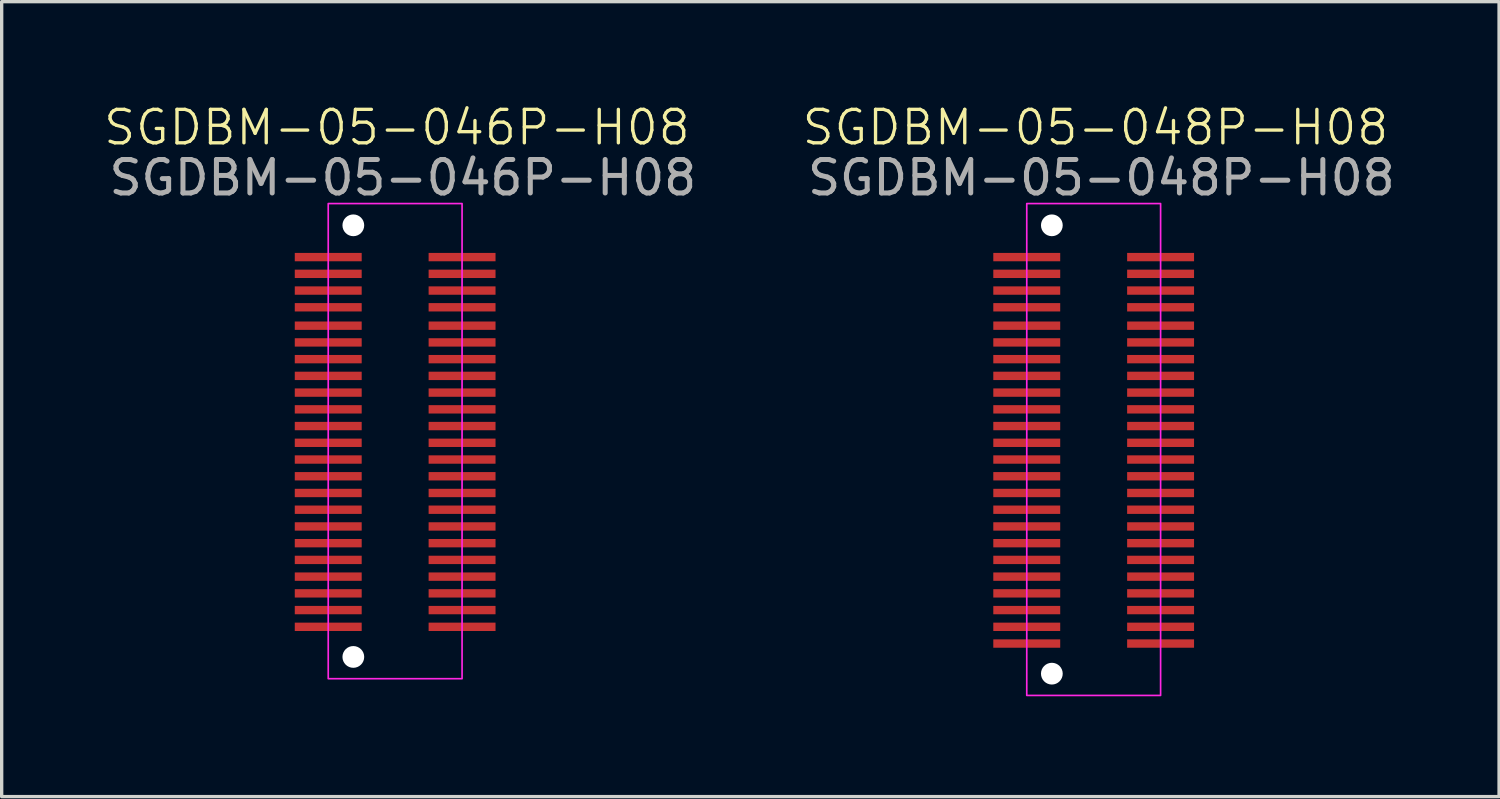
<source format=kicad_pcb>
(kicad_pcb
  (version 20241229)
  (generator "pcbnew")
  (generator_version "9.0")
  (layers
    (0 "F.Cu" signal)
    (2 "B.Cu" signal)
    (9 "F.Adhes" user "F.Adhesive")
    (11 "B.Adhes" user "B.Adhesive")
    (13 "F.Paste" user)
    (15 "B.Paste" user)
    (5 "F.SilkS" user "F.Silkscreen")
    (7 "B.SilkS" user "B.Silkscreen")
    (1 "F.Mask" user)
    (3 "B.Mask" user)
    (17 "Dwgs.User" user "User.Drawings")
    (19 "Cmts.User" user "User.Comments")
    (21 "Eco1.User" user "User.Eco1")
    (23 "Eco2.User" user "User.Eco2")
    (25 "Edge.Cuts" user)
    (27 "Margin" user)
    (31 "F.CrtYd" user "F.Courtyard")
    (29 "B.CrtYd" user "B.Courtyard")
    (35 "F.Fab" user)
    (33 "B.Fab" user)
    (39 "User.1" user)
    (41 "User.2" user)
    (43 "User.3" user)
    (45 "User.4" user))
  (footprint "SGDBM-05-046P-H08"
    (layer "F.Cu")
    (at 6.76 4.634)
    (property "Reference" "SGDBM-05-046P-H08" (at 2.052 -3.873 0) (unlocked yes) (layer "F.SilkS") (effects (font (size 1 1) (thickness 0.1))))
    (attr smd)
    (fp_rect (start 0 -1.6) (end 4 12.6) (stroke (width 0.05) (type default)) (fill no) (layer "F.CrtYd"))
    (fp_text user "${REFERENCE}" (at 2.23 -2.372 0) (unlocked yes) (layer "F.Fab") (effects (font (size 1 1) (thickness 0.15))))
    (pad "" np_thru_hole circle (at 0.75 -0.95) (size 0.65 0.65) (drill 0.65) (layers "*.Cu" "*.Mask"))
    (pad "" np_thru_hole circle (at 0.75 11.95) (size 0.65 0.65) (drill 0.65) (layers "*.Cu" "*.Mask"))
    (pad "1" smd rect (at 0 0 90) (size 0.25 2) (layers "F.Cu" "F.Mask" "F.Paste"))
    (pad "2" smd rect (at 4 0 90) (size 0.25 2) (layers "F.Cu" "F.Mask" "F.Paste"))
    (pad "3" smd rect (at 0 0.5 90) (size 0.25 2) (layers "F.Cu" "F.Mask" "F.Paste"))
    (pad "4" smd rect (at 4 0.5 90) (size 0.25 2) (layers "F.Cu" "F.Mask" "F.Paste"))
    (pad "5" smd rect (at 0 1 90) (size 0.25 2) (layers "F.Cu" "F.Mask" "F.Paste"))
    (pad "6" smd rect (at 4 1 90) (size 0.25 2) (layers "F.Cu" "F.Mask" "F.Paste"))
    (pad "7" smd rect (at 0 1.5 90) (size 0.25 2) (layers "F.Cu" "F.Mask" "F.Paste"))
    (pad "8" smd rect (at 4 1.5 90) (size 0.25 2) (layers "F.Cu" "F.Mask" "F.Paste"))
    (pad "9" smd rect (at 0 2.05 90) (size 0.25 2) (layers "F.Cu" "F.Mask" "F.Paste"))
    (pad "10" smd rect (at 4 2.05 90) (size 0.25 2) (layers "F.Cu" "F.Mask" "F.Paste"))
    (pad "11" smd rect (at 0 2.55 90) (size 0.25 2) (layers "F.Cu" "F.Mask" "F.Paste"))
    (pad "12" smd rect (at 4 2.55 90) (size 0.25 2) (layers "F.Cu" "F.Mask" "F.Paste"))
    (pad "13" smd rect (at 0 3.05 90) (size 0.25 2) (layers "F.Cu" "F.Mask" "F.Paste"))
    (pad "14" smd rect (at 4 3.05 90) (size 0.25 2) (layers "F.Cu" "F.Mask" "F.Paste"))
    (pad "15" smd rect (at 0 3.55 90) (size 0.25 2) (layers "F.Cu" "F.Mask" "F.Paste"))
    (pad "16" smd rect (at 4 3.55 90) (size 0.25 2) (layers "F.Cu" "F.Mask" "F.Paste"))
    (pad "17" smd rect (at 0 4.05 90) (size 0.25 2) (layers "F.Cu" "F.Mask" "F.Paste"))
    (pad "18" smd rect (at 4 4.05 90) (size 0.25 2) (layers "F.Cu" "F.Mask" "F.Paste"))
    (pad "19" smd rect (at 0 4.55 90) (size 0.25 2) (layers "F.Cu" "F.Mask" "F.Paste"))
    (pad "20" smd rect (at 4 4.55 90) (size 0.25 2) (layers "F.Cu" "F.Mask" "F.Paste"))
    (pad "21" smd rect (at 0 5.05 90) (size 0.25 2) (layers "F.Cu" "F.Mask" "F.Paste"))
    (pad "22" smd rect (at 4 5.05 90) (size 0.25 2) (layers "F.Cu" "F.Mask" "F.Paste"))
    (pad "23" smd rect (at 0 5.55 90) (size 0.25 2) (layers "F.Cu" "F.Mask" "F.Paste"))
    (pad "24" smd rect (at 4 5.55 90) (size 0.25 2) (layers "F.Cu" "F.Mask" "F.Paste"))
    (pad "25" smd rect (at 0 6.05 90) (size 0.25 2) (layers "F.Cu" "F.Mask" "F.Paste"))
    (pad "26" smd rect (at 4 6.05 90) (size 0.25 2) (layers "F.Cu" "F.Mask" "F.Paste"))
    (pad "27" smd rect (at 0 6.55 90) (size 0.25 2) (layers "F.Cu" "F.Mask" "F.Paste"))
    (pad "28" smd rect (at 4 6.55 90) (size 0.25 2) (layers "F.Cu" "F.Mask" "F.Paste"))
    (pad "29" smd rect (at 0 7.05 90) (size 0.25 2) (layers "F.Cu" "F.Mask" "F.Paste"))
    (pad "30" smd rect (at 4 7.05 90) (size 0.25 2) (layers "F.Cu" "F.Mask" "F.Paste"))
    (pad "31" smd rect (at 0 7.55 90) (size 0.25 2) (layers "F.Cu" "F.Mask" "F.Paste"))
    (pad "32" smd rect (at 4 7.55 90) (size 0.25 2) (layers "F.Cu" "F.Mask" "F.Paste"))
    (pad "33" smd rect (at 0 8.05 90) (size 0.25 2) (layers "F.Cu" "F.Mask" "F.Paste"))
    (pad "34" smd rect (at 4 8.05 90) (size 0.25 2) (layers "F.Cu" "F.Mask" "F.Paste"))
    (pad "35" smd rect (at 0 8.55 90) (size 0.25 2) (layers "F.Cu" "F.Mask" "F.Paste"))
    (pad "36" smd rect (at 4 8.55 90) (size 0.25 2) (layers "F.Cu" "F.Mask" "F.Paste"))
    (pad "37" smd rect (at 0 9.05 90) (size 0.25 2) (layers "F.Cu" "F.Mask" "F.Paste"))
    (pad "38" smd rect (at 4 9.05 90) (size 0.25 2) (layers "F.Cu" "F.Mask" "F.Paste"))
    (pad "39" smd rect (at 0 9.55 90) (size 0.25 2) (layers "F.Cu" "F.Mask" "F.Paste"))
    (pad "40" smd rect (at 4 9.55 90) (size 0.25 2) (layers "F.Cu" "F.Mask" "F.Paste"))
    (pad "41" smd rect (at 0 10.05 90) (size 0.25 2) (layers "F.Cu" "F.Mask" "F.Paste"))
    (pad "42" smd rect (at 4 10.05 90) (size 0.25 2) (layers "F.Cu" "F.Mask" "F.Paste"))
    (pad "43" smd rect (at 0 10.55 90) (size 0.25 2) (layers "F.Cu" "F.Mask" "F.Paste"))
    (pad "44" smd rect (at 4 10.55 90) (size 0.25 2) (layers "F.Cu" "F.Mask" "F.Paste"))
    (pad "45" smd rect (at 0 11.05 90) (size 0.25 2) (layers "F.Cu" "F.Mask" "F.Paste"))
    (pad "46" smd rect (at 4 11.05 90) (size 0.25 2) (layers "F.Cu" "F.Mask" "F.Paste")))
  (footprint "SGDBM-05-048P-H08"
    (layer "F.Cu")
    (at 27.637 3.034)
    (property "Reference" "SGDBM-05-048P-H08" (at 2.052 -2.273 0) (unlocked yes) (layer "F.SilkS") (effects (font (size 1 1) (thickness 0.1))))
    (attr smd)
    (fp_rect (start 0 0) (end 4 14.7) (stroke (width 0.05) (type default)) (fill no) (layer "F.CrtYd"))
    (fp_text user "${REFERENCE}" (at 2.23 -0.772 0) (unlocked yes) (layer "F.Fab") (effects (font (size 1 1) (thickness 0.15))))
    (pad "" np_thru_hole circle (at 0.75 0.65) (size 0.65 0.65) (drill 0.65) (layers "*.Cu" "*.Mask"))
    (pad "" np_thru_hole circle (at 0.75 14.05) (size 0.65 0.65) (drill 0.65) (layers "*.Cu" "*.Mask"))
    (pad "1" smd rect (at 0 1.6 90) (size 0.25 2) (layers "F.Cu" "F.Mask" "F.Paste"))
    (pad "2" smd rect (at 4 1.6 90) (size 0.25 2) (layers "F.Cu" "F.Mask" "F.Paste"))
    (pad "3" smd rect (at 0 2.1 90) (size 0.25 2) (layers "F.Cu" "F.Mask" "F.Paste"))
    (pad "4" smd rect (at 4 2.1 90) (size 0.25 2) (layers "F.Cu" "F.Mask" "F.Paste"))
    (pad "5" smd rect (at 0 2.6 90) (size 0.25 2) (layers "F.Cu" "F.Mask" "F.Paste"))
    (pad "6" smd rect (at 4 2.6 90) (size 0.25 2) (layers "F.Cu" "F.Mask" "F.Paste"))
    (pad "7" smd rect (at 0 3.1 90) (size 0.25 2) (layers "F.Cu" "F.Mask" "F.Paste"))
    (pad "8" smd rect (at 4 3.1 90) (size 0.25 2) (layers "F.Cu" "F.Mask" "F.Paste"))
    (pad "9" smd rect (at 0 3.65 90) (size 0.25 2) (layers "F.Cu" "F.Mask" "F.Paste"))
    (pad "10" smd rect (at 4 3.65 90) (size 0.25 2) (layers "F.Cu" "F.Mask" "F.Paste"))
    (pad "11" smd rect (at 0 4.15 90) (size 0.25 2) (layers "F.Cu" "F.Mask" "F.Paste"))
    (pad "12" smd rect (at 4 4.15 90) (size 0.25 2) (layers "F.Cu" "F.Mask" "F.Paste"))
    (pad "13" smd rect (at 0 4.65 90) (size 0.25 2) (layers "F.Cu" "F.Mask" "F.Paste"))
    (pad "14" smd rect (at 4 4.65 90) (size 0.25 2) (layers "F.Cu" "F.Mask" "F.Paste"))
    (pad "15" smd rect (at 0 5.15 90) (size 0.25 2) (layers "F.Cu" "F.Mask" "F.Paste"))
    (pad "16" smd rect (at 4 5.15 90) (size 0.25 2) (layers "F.Cu" "F.Mask" "F.Paste"))
    (pad "17" smd rect (at 0 5.65 90) (size 0.25 2) (layers "F.Cu" "F.Mask" "F.Paste"))
    (pad "18" smd rect (at 4 5.65 90) (size 0.25 2) (layers "F.Cu" "F.Mask" "F.Paste"))
    (pad "19" smd rect (at 0 6.15 90) (size 0.25 2) (layers "F.Cu" "F.Mask" "F.Paste"))
    (pad "20" smd rect (at 4 6.15 90) (size 0.25 2) (layers "F.Cu" "F.Mask" "F.Paste"))
    (pad "21" smd rect (at 0 6.65 90) (size 0.25 2) (layers "F.Cu" "F.Mask" "F.Paste"))
    (pad "22" smd rect (at 4 6.65 90) (size 0.25 2) (layers "F.Cu" "F.Mask" "F.Paste"))
    (pad "23" smd rect (at 0 7.15 90) (size 0.25 2) (layers "F.Cu" "F.Mask" "F.Paste"))
    (pad "24" smd rect (at 4 7.15 90) (size 0.25 2) (layers "F.Cu" "F.Mask" "F.Paste"))
    (pad "25" smd rect (at 0 7.65 90) (size 0.25 2) (layers "F.Cu" "F.Mask" "F.Paste"))
    (pad "26" smd rect (at 4 7.65 90) (size 0.25 2) (layers "F.Cu" "F.Mask" "F.Paste"))
    (pad "27" smd rect (at 0 8.15 90) (size 0.25 2) (layers "F.Cu" "F.Mask" "F.Paste"))
    (pad "28" smd rect (at 4 8.15 90) (size 0.25 2) (layers "F.Cu" "F.Mask" "F.Paste"))
    (pad "29" smd rect (at 0 8.65 90) (size 0.25 2) (layers "F.Cu" "F.Mask" "F.Paste"))
    (pad "30" smd rect (at 4 8.65 90) (size 0.25 2) (layers "F.Cu" "F.Mask" "F.Paste"))
    (pad "31" smd rect (at 0 9.15 90) (size 0.25 2) (layers "F.Cu" "F.Mask" "F.Paste"))
    (pad "32" smd rect (at 4 9.15 90) (size 0.25 2) (layers "F.Cu" "F.Mask" "F.Paste"))
    (pad "33" smd rect (at 0 9.65 90) (size 0.25 2) (layers "F.Cu" "F.Mask" "F.Paste"))
    (pad "34" smd rect (at 4 9.65 90) (size 0.25 2) (layers "F.Cu" "F.Mask" "F.Paste"))
    (pad "35" smd rect (at 0 10.15 90) (size 0.25 2) (layers "F.Cu" "F.Mask" "F.Paste"))
    (pad "36" smd rect (at 4 10.15 90) (size 0.25 2) (layers "F.Cu" "F.Mask" "F.Paste"))
    (pad "37" smd rect (at 0 10.65 90) (size 0.25 2) (layers "F.Cu" "F.Mask" "F.Paste"))
    (pad "38" smd rect (at 4 10.65 90) (size 0.25 2) (layers "F.Cu" "F.Mask" "F.Paste"))
    (pad "39" smd rect (at 0 11.15 90) (size 0.25 2) (layers "F.Cu" "F.Mask" "F.Paste"))
    (pad "40" smd rect (at 4 11.15 90) (size 0.25 2) (layers "F.Cu" "F.Mask" "F.Paste"))
    (pad "41" smd rect (at 0 11.65 90) (size 0.25 2) (layers "F.Cu" "F.Mask" "F.Paste"))
    (pad "42" smd rect (at 4 11.65 90) (size 0.25 2) (layers "F.Cu" "F.Mask" "F.Paste"))
    (pad "43" smd rect (at 0 12.15 90) (size 0.25 2) (layers "F.Cu" "F.Mask" "F.Paste"))
    (pad "44" smd rect (at 4 12.15 90) (size 0.25 2) (layers "F.Cu" "F.Mask" "F.Paste"))
    (pad "45" smd rect (at 0 12.65 90) (size 0.25 2) (layers "F.Cu" "F.Mask" "F.Paste"))
    (pad "46" smd rect (at 4 12.65 90) (size 0.25 2) (layers "F.Cu" "F.Mask" "F.Paste"))
    (pad "47" smd rect (at 0 13.15 90) (size 0.25 2) (layers "F.Cu" "F.Mask" "F.Paste"))
    (pad "48" smd rect (at 4 13.15 90) (size 0.25 2) (layers "F.Cu" "F.Mask" "F.Paste")))
  (gr_rect
    (start -3 -3)
    (end 41.753 20.759)
    (stroke (width 0.1) (type default))
    (fill no)
    (layer "Edge.Cuts")))
</source>
